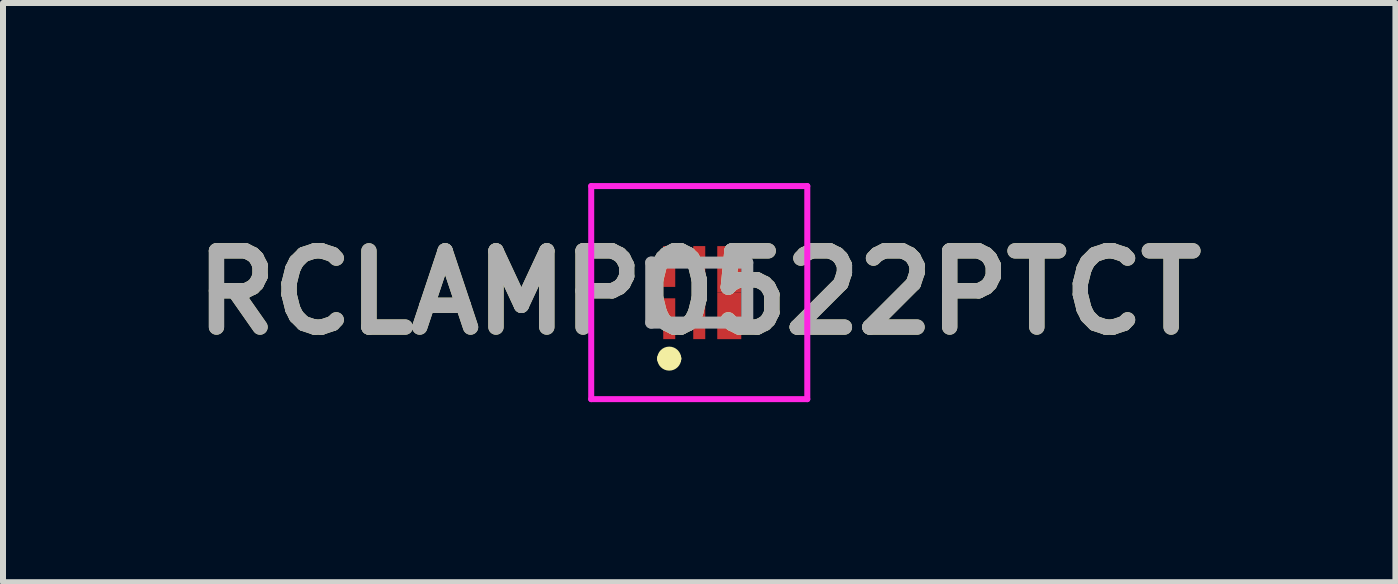
<source format=kicad_pcb>
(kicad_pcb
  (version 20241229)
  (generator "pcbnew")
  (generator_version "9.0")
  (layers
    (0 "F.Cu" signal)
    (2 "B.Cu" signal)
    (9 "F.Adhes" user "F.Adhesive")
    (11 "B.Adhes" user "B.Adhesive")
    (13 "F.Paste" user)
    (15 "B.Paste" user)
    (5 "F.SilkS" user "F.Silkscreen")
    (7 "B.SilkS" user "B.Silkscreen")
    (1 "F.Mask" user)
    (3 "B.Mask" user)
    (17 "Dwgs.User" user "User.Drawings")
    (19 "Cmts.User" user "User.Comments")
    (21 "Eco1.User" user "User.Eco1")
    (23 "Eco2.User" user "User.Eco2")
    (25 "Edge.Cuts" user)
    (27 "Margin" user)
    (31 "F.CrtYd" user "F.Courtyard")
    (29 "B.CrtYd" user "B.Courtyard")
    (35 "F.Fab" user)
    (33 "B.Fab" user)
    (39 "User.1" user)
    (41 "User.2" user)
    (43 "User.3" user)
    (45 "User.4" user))
  (footprint "RCLAMP0522PTCT"
    (layer "F.Cu")
    (at 8.6 1.825)
    (property "Reference" "RCLAMP0522PTCT" (at 0 0 0) (layer "F.SilkS") (effects (font (size 1.27 1.27) (thickness 0.254))))
    (attr smd)
    (fp_line (start -0.8 -0.5) (end -0.8 0.5) (stroke (width 0.1) (type solid)) (layer "F.SilkS"))
    (fp_line (start -0.6 1.1) (end -0.6 1.1) (stroke (width 0.2) (type solid)) (layer "F.SilkS"))
    (fp_line (start -0.4 1.1) (end -0.4 1.1) (stroke (width 0.2) (type solid)) (layer "F.SilkS"))
    (fp_arc (start -0.6 1.1) (mid -0.5 1) (end -0.4 1.1) (stroke (width 0.2) (type solid)) (layer "F.SilkS"))
    (fp_arc (start -0.4 1.1) (mid -0.5 1.2) (end -0.6 1.1) (stroke (width 0.2) (type solid)) (layer "F.SilkS"))
    (fp_line (start -1.8 -1.775) (end 1.8 -1.775) (stroke (width 0.1) (type solid)) (layer "F.CrtYd"))
    (fp_line (start -1.8 1.775) (end -1.8 -1.775) (stroke (width 0.1) (type solid)) (layer "F.CrtYd"))
    (fp_line (start 1.8 -1.775) (end 1.8 1.775) (stroke (width 0.1) (type solid)) (layer "F.CrtYd"))
    (fp_line (start 1.8 1.775) (end -1.8 1.775) (stroke (width 0.1) (type solid)) (layer "F.CrtYd"))
    (fp_line (start -0.8 -0.5) (end 0.8 -0.5) (stroke (width 0.2) (type solid)) (layer "F.Fab"))
    (fp_line (start -0.8 0.5) (end -0.8 -0.5) (stroke (width 0.2) (type solid)) (layer "F.Fab"))
    (fp_line (start 0.8 -0.5) (end 0.8 0.5) (stroke (width 0.2) (type solid)) (layer "F.Fab"))
    (fp_line (start 0.8 0.5) (end -0.8 0.5) (stroke (width 0.2) (type solid)) (layer "F.Fab"))
    (fp_text user "${REFERENCE}" (at 0 0 0) (layer "F.Fab") (effects (font (size 1.27 1.27) (thickness 0.254))))
    (pad "1" smd rect (at -0.5 0.435) (size 0.2 0.68) (layers "F.Cu" "F.Mask" "F.Paste"))
    (pad "2" smd rect (at 0 0.435) (size 0.2 0.68) (layers "F.Cu" "F.Mask" "F.Paste"))
    (pad "3" smd rect (at 0.5 0.388) (size 0.4 0.775) (layers "F.Cu" "F.Mask" "F.Paste"))
    (pad "4" smd rect (at 0.5 -0.387) (size 0.4 0.775) (layers "F.Cu" "F.Mask" "F.Paste"))
    (pad "5" smd rect (at 0 -0.435) (size 0.2 0.68) (layers "F.Cu" "F.Mask" "F.Paste"))
    (pad "6" smd rect (at -0.5 -0.435) (size 0.2 0.68) (layers "F.Cu" "F.Mask" "F.Paste")))
  (gr_rect
    (start -3 -3)
    (end 20.199 6.65)
    (stroke (width 0.1) (type default))
    (fill no)
    (layer "Edge.Cuts")))
</source>
